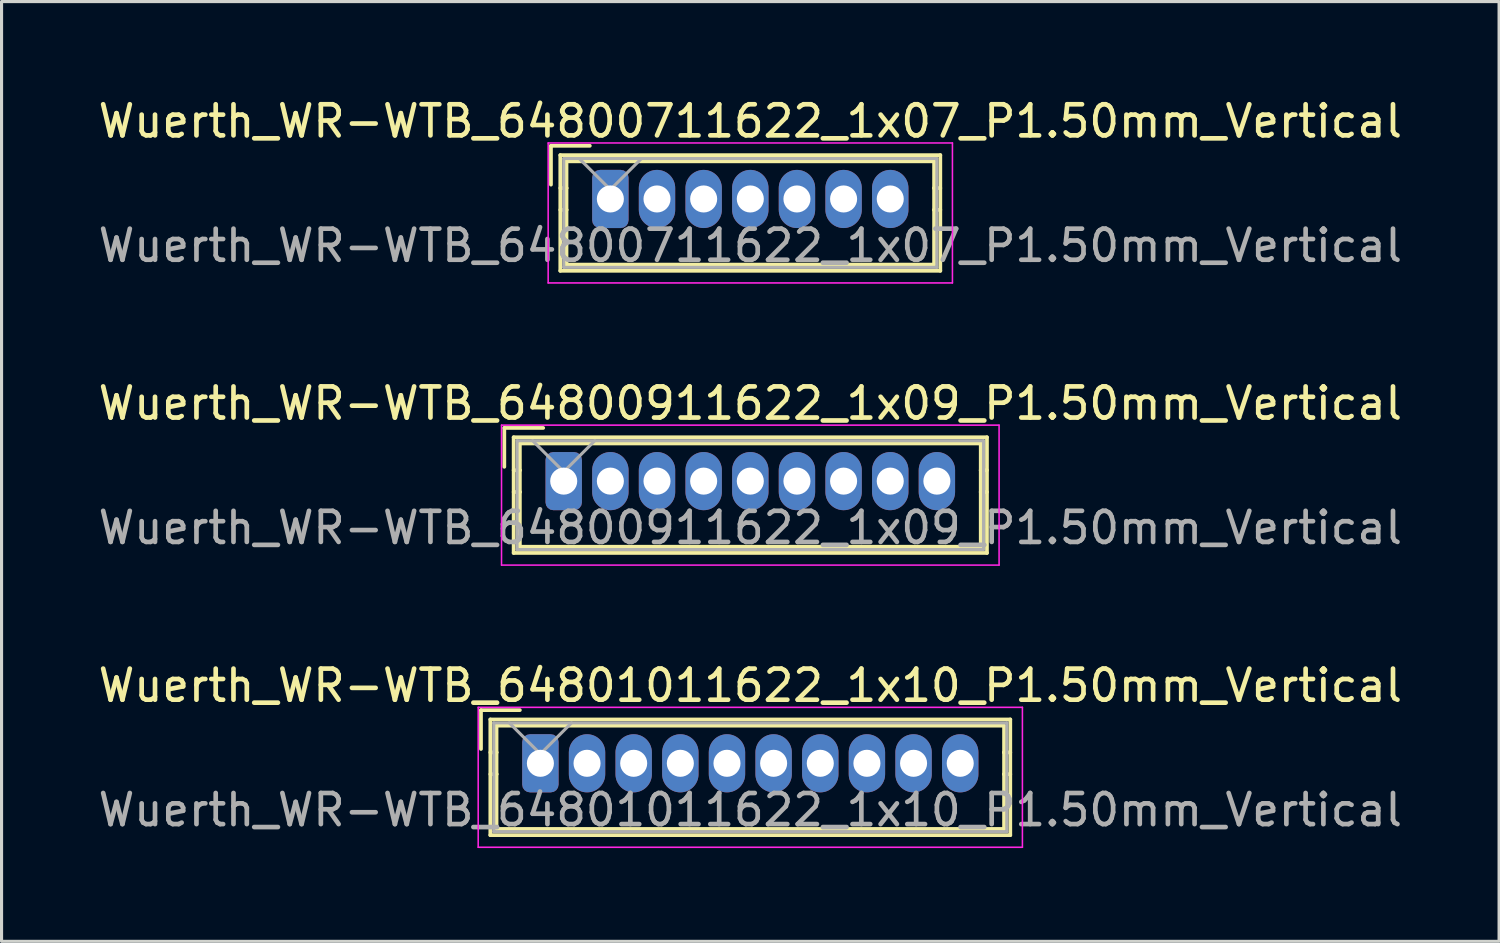
<source format=kicad_pcb>
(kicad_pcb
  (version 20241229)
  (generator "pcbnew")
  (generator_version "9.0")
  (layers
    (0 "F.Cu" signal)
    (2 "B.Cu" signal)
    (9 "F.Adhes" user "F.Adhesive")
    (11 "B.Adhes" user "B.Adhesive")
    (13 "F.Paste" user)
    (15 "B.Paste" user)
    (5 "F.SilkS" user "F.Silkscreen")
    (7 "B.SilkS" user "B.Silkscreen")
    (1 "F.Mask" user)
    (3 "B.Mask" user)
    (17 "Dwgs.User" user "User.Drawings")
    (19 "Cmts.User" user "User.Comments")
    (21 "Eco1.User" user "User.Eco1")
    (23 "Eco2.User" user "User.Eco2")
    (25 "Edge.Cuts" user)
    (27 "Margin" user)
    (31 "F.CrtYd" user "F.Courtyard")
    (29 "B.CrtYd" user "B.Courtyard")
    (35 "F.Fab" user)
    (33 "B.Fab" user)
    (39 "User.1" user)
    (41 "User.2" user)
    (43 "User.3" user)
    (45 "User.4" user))
  (footprint "Wuerth_WR-WTB_64801011622_1x10_P1.50mm_Vertical"
    (layer "F.Cu")
    (at 14.327 21.495)
    (property "Reference" "Wuerth_WR-WTB_64801011622_1x10_P1.50mm_Vertical" (at 6.75 -2.5 0) (layer "F.SilkS") (effects (font (size 1 1) (thickness 0.15))))
    (attr through_hole)
    (fp_line (start -1.91 -1.71) (end -1.91 -0.46) (stroke (width 0.12) (type solid)) (layer "F.SilkS"))
    (fp_line (start -1.61 -1.41) (end -1.61 2.31) (stroke (width 0.12) (type solid)) (layer "F.SilkS"))
    (fp_line (start -1.61 -0.35) (end -1.41 -0.35) (stroke (width 0.12) (type solid)) (layer "F.SilkS"))
    (fp_line (start -1.61 2.31) (end 15.11 2.31) (stroke (width 0.12) (type solid)) (layer "F.SilkS"))
    (fp_line (start -1.41 -1.21) (end 14.91 -1.21) (stroke (width 0.12) (type solid)) (layer "F.SilkS"))
    (fp_line (start -1.41 -0.35) (end -1.41 -1.21) (stroke (width 0.12) (type solid)) (layer "F.SilkS"))
    (fp_line (start -1.41 -0.35) (end -1.41 0.35) (stroke (width 0.12) (type solid)) (layer "F.SilkS"))
    (fp_line (start -1.41 0.35) (end -1.61 0.35) (stroke (width 0.12) (type solid)) (layer "F.SilkS"))
    (fp_line (start -1.41 0.35) (end -1.41 2.11) (stroke (width 0.12) (type solid)) (layer "F.SilkS"))
    (fp_line (start -1.41 2.11) (end 14.91 2.11) (stroke (width 0.12) (type solid)) (layer "F.SilkS"))
    (fp_line (start -0.66 -1.71) (end -1.91 -1.71) (stroke (width 0.12) (type solid)) (layer "F.SilkS"))
    (fp_line (start 14.91 -1.21) (end 14.91 -0.35) (stroke (width 0.12) (type solid)) (layer "F.SilkS"))
    (fp_line (start 14.91 -0.35) (end 14.91 0.35) (stroke (width 0.12) (type solid)) (layer "F.SilkS"))
    (fp_line (start 14.91 -0.35) (end 15.11 -0.35) (stroke (width 0.12) (type solid)) (layer "F.SilkS"))
    (fp_line (start 14.91 0.35) (end 15.11 0.35) (stroke (width 0.12) (type solid)) (layer "F.SilkS"))
    (fp_line (start 14.91 2.11) (end 14.91 0.35) (stroke (width 0.12) (type solid)) (layer "F.SilkS"))
    (fp_line (start 15.11 -1.41) (end -1.61 -1.41) (stroke (width 0.12) (type solid)) (layer "F.SilkS"))
    (fp_line (start 15.11 2.31) (end 15.11 -1.41) (stroke (width 0.12) (type solid)) (layer "F.SilkS"))
    (fp_line (start -2 -1.8) (end -2 2.7) (stroke (width 0.05) (type solid)) (layer "F.CrtYd"))
    (fp_line (start -2 2.7) (end 15.5 2.7) (stroke (width 0.05) (type solid)) (layer "F.CrtYd"))
    (fp_line (start 15.5 -1.8) (end -2 -1.8) (stroke (width 0.05) (type solid)) (layer "F.CrtYd"))
    (fp_line (start 15.5 2.7) (end 15.5 -1.8) (stroke (width 0.05) (type solid)) (layer "F.CrtYd"))
    (fp_line (start -1.5 -1.3) (end -1.5 2.2) (stroke (width 0.1) (type solid)) (layer "F.Fab"))
    (fp_line (start -1.5 2.2) (end 15 2.2) (stroke (width 0.1) (type solid)) (layer "F.Fab"))
    (fp_line (start -1 -1.3) (end 0 -0.3) (stroke (width 0.1) (type solid)) (layer "F.Fab"))
    (fp_line (start 0 -0.3) (end 1 -1.3) (stroke (width 0.1) (type solid)) (layer "F.Fab"))
    (fp_line (start 15 -1.3) (end -1.5 -1.3) (stroke (width 0.1) (type solid)) (layer "F.Fab"))
    (fp_line (start 15 2.2) (end 15 -1.3) (stroke (width 0.1) (type solid)) (layer "F.Fab"))
    (fp_text user "${REFERENCE}" (at 6.75 1.5 0) (layer "F.Fab") (effects (font (size 1 1) (thickness 0.15))))
    (pad "1" thru_hole roundrect (at 0 0) (size 1.17 1.87) (drill 0.87) (layers "*.Cu" "*.Mask") (roundrect_rratio 0.214))
    (pad "2" thru_hole oval (at 1.5 0) (size 1.17 1.87) (drill 0.87) (layers "*.Cu" "*.Mask"))
    (pad "3" thru_hole oval (at 3 0) (size 1.17 1.87) (drill 0.87) (layers "*.Cu" "*.Mask"))
    (pad "4" thru_hole oval (at 4.5 0) (size 1.17 1.87) (drill 0.87) (layers "*.Cu" "*.Mask"))
    (pad "5" thru_hole oval (at 6 0) (size 1.17 1.87) (drill 0.87) (layers "*.Cu" "*.Mask"))
    (pad "6" thru_hole oval (at 7.5 0) (size 1.17 1.87) (drill 0.87) (layers "*.Cu" "*.Mask"))
    (pad "7" thru_hole oval (at 9 0) (size 1.17 1.87) (drill 0.87) (layers "*.Cu" "*.Mask"))
    (pad "8" thru_hole oval (at 10.5 0) (size 1.17 1.87) (drill 0.87) (layers "*.Cu" "*.Mask"))
    (pad "9" thru_hole oval (at 12 0) (size 1.17 1.87) (drill 0.87) (layers "*.Cu" "*.Mask"))
    (pad "10" thru_hole oval (at 13.5 0) (size 1.17 1.87) (drill 0.87) (layers "*.Cu" "*.Mask")))
  (footprint "Wuerth_WR-WTB_64800911622_1x09_P1.50mm_Vertical"
    (layer "F.Cu")
    (at 15.077 12.421)
    (property "Reference" "Wuerth_WR-WTB_64800911622_1x09_P1.50mm_Vertical" (at 6 -2.5 0) (layer "F.SilkS") (effects (font (size 1 1) (thickness 0.15))))
    (attr through_hole)
    (fp_line (start -1.91 -1.71) (end -1.91 -0.46) (stroke (width 0.12) (type solid)) (layer "F.SilkS"))
    (fp_line (start -1.61 -1.41) (end -1.61 2.31) (stroke (width 0.12) (type solid)) (layer "F.SilkS"))
    (fp_line (start -1.61 -0.35) (end -1.41 -0.35) (stroke (width 0.12) (type solid)) (layer "F.SilkS"))
    (fp_line (start -1.61 2.31) (end 13.61 2.31) (stroke (width 0.12) (type solid)) (layer "F.SilkS"))
    (fp_line (start -1.41 -1.21) (end 13.41 -1.21) (stroke (width 0.12) (type solid)) (layer "F.SilkS"))
    (fp_line (start -1.41 -0.35) (end -1.41 -1.21) (stroke (width 0.12) (type solid)) (layer "F.SilkS"))
    (fp_line (start -1.41 -0.35) (end -1.41 0.35) (stroke (width 0.12) (type solid)) (layer "F.SilkS"))
    (fp_line (start -1.41 0.35) (end -1.61 0.35) (stroke (width 0.12) (type solid)) (layer "F.SilkS"))
    (fp_line (start -1.41 0.35) (end -1.41 2.11) (stroke (width 0.12) (type solid)) (layer "F.SilkS"))
    (fp_line (start -1.41 2.11) (end 13.41 2.11) (stroke (width 0.12) (type solid)) (layer "F.SilkS"))
    (fp_line (start -0.66 -1.71) (end -1.91 -1.71) (stroke (width 0.12) (type solid)) (layer "F.SilkS"))
    (fp_line (start 13.41 -1.21) (end 13.41 -0.35) (stroke (width 0.12) (type solid)) (layer "F.SilkS"))
    (fp_line (start 13.41 -0.35) (end 13.41 0.35) (stroke (width 0.12) (type solid)) (layer "F.SilkS"))
    (fp_line (start 13.41 -0.35) (end 13.61 -0.35) (stroke (width 0.12) (type solid)) (layer "F.SilkS"))
    (fp_line (start 13.41 0.35) (end 13.61 0.35) (stroke (width 0.12) (type solid)) (layer "F.SilkS"))
    (fp_line (start 13.41 2.11) (end 13.41 0.35) (stroke (width 0.12) (type solid)) (layer "F.SilkS"))
    (fp_line (start 13.61 -1.41) (end -1.61 -1.41) (stroke (width 0.12) (type solid)) (layer "F.SilkS"))
    (fp_line (start 13.61 2.31) (end 13.61 -1.41) (stroke (width 0.12) (type solid)) (layer "F.SilkS"))
    (fp_line (start -2 -1.8) (end -2 2.7) (stroke (width 0.05) (type solid)) (layer "F.CrtYd"))
    (fp_line (start -2 2.7) (end 14 2.7) (stroke (width 0.05) (type solid)) (layer "F.CrtYd"))
    (fp_line (start 14 -1.8) (end -2 -1.8) (stroke (width 0.05) (type solid)) (layer "F.CrtYd"))
    (fp_line (start 14 2.7) (end 14 -1.8) (stroke (width 0.05) (type solid)) (layer "F.CrtYd"))
    (fp_line (start -1.5 -1.3) (end -1.5 2.2) (stroke (width 0.1) (type solid)) (layer "F.Fab"))
    (fp_line (start -1.5 2.2) (end 13.5 2.2) (stroke (width 0.1) (type solid)) (layer "F.Fab"))
    (fp_line (start -1 -1.3) (end 0 -0.3) (stroke (width 0.1) (type solid)) (layer "F.Fab"))
    (fp_line (start 0 -0.3) (end 1 -1.3) (stroke (width 0.1) (type solid)) (layer "F.Fab"))
    (fp_line (start 13.5 -1.3) (end -1.5 -1.3) (stroke (width 0.1) (type solid)) (layer "F.Fab"))
    (fp_line (start 13.5 2.2) (end 13.5 -1.3) (stroke (width 0.1) (type solid)) (layer "F.Fab"))
    (fp_text user "${REFERENCE}" (at 6 1.5 0) (layer "F.Fab") (effects (font (size 1 1) (thickness 0.15))))
    (pad "1" thru_hole roundrect (at 0 0) (size 1.17 1.87) (drill 0.87) (layers "*.Cu" "*.Mask") (roundrect_rratio 0.214))
    (pad "2" thru_hole oval (at 1.5 0) (size 1.17 1.87) (drill 0.87) (layers "*.Cu" "*.Mask"))
    (pad "3" thru_hole oval (at 3 0) (size 1.17 1.87) (drill 0.87) (layers "*.Cu" "*.Mask"))
    (pad "4" thru_hole oval (at 4.5 0) (size 1.17 1.87) (drill 0.87) (layers "*.Cu" "*.Mask"))
    (pad "5" thru_hole oval (at 6 0) (size 1.17 1.87) (drill 0.87) (layers "*.Cu" "*.Mask"))
    (pad "6" thru_hole oval (at 7.5 0) (size 1.17 1.87) (drill 0.87) (layers "*.Cu" "*.Mask"))
    (pad "7" thru_hole oval (at 9 0) (size 1.17 1.87) (drill 0.87) (layers "*.Cu" "*.Mask"))
    (pad "8" thru_hole oval (at 10.5 0) (size 1.17 1.87) (drill 0.87) (layers "*.Cu" "*.Mask"))
    (pad "9" thru_hole oval (at 12 0) (size 1.17 1.87) (drill 0.87) (layers "*.Cu" "*.Mask")))
  (footprint "Wuerth_WR-WTB_64800711622_1x07_P1.50mm_Vertical"
    (layer "F.Cu")
    (at 16.577 3.348)
    (property "Reference" "Wuerth_WR-WTB_64800711622_1x07_P1.50mm_Vertical" (at 4.5 -2.5 0) (layer "F.SilkS") (effects (font (size 1 1) (thickness 0.15))))
    (attr through_hole)
    (fp_line (start -1.91 -1.71) (end -1.91 -0.46) (stroke (width 0.12) (type solid)) (layer "F.SilkS"))
    (fp_line (start -1.61 -1.41) (end -1.61 2.31) (stroke (width 0.12) (type solid)) (layer "F.SilkS"))
    (fp_line (start -1.61 -0.35) (end -1.41 -0.35) (stroke (width 0.12) (type solid)) (layer "F.SilkS"))
    (fp_line (start -1.61 2.31) (end 10.61 2.31) (stroke (width 0.12) (type solid)) (layer "F.SilkS"))
    (fp_line (start -1.41 -1.21) (end 10.41 -1.21) (stroke (width 0.12) (type solid)) (layer "F.SilkS"))
    (fp_line (start -1.41 -0.35) (end -1.41 -1.21) (stroke (width 0.12) (type solid)) (layer "F.SilkS"))
    (fp_line (start -1.41 -0.35) (end -1.41 0.35) (stroke (width 0.12) (type solid)) (layer "F.SilkS"))
    (fp_line (start -1.41 0.35) (end -1.61 0.35) (stroke (width 0.12) (type solid)) (layer "F.SilkS"))
    (fp_line (start -1.41 0.35) (end -1.41 2.11) (stroke (width 0.12) (type solid)) (layer "F.SilkS"))
    (fp_line (start -1.41 2.11) (end 10.41 2.11) (stroke (width 0.12) (type solid)) (layer "F.SilkS"))
    (fp_line (start -0.66 -1.71) (end -1.91 -1.71) (stroke (width 0.12) (type solid)) (layer "F.SilkS"))
    (fp_line (start 10.41 -1.21) (end 10.41 -0.35) (stroke (width 0.12) (type solid)) (layer "F.SilkS"))
    (fp_line (start 10.41 -0.35) (end 10.41 0.35) (stroke (width 0.12) (type solid)) (layer "F.SilkS"))
    (fp_line (start 10.41 -0.35) (end 10.61 -0.35) (stroke (width 0.12) (type solid)) (layer "F.SilkS"))
    (fp_line (start 10.41 0.35) (end 10.61 0.35) (stroke (width 0.12) (type solid)) (layer "F.SilkS"))
    (fp_line (start 10.41 2.11) (end 10.41 0.35) (stroke (width 0.12) (type solid)) (layer "F.SilkS"))
    (fp_line (start 10.61 -1.41) (end -1.61 -1.41) (stroke (width 0.12) (type solid)) (layer "F.SilkS"))
    (fp_line (start 10.61 2.31) (end 10.61 -1.41) (stroke (width 0.12) (type solid)) (layer "F.SilkS"))
    (fp_line (start -2 -1.8) (end -2 2.7) (stroke (width 0.05) (type solid)) (layer "F.CrtYd"))
    (fp_line (start -2 2.7) (end 11 2.7) (stroke (width 0.05) (type solid)) (layer "F.CrtYd"))
    (fp_line (start 11 -1.8) (end -2 -1.8) (stroke (width 0.05) (type solid)) (layer "F.CrtYd"))
    (fp_line (start 11 2.7) (end 11 -1.8) (stroke (width 0.05) (type solid)) (layer "F.CrtYd"))
    (fp_line (start -1.5 -1.3) (end -1.5 2.2) (stroke (width 0.1) (type solid)) (layer "F.Fab"))
    (fp_line (start -1.5 2.2) (end 10.5 2.2) (stroke (width 0.1) (type solid)) (layer "F.Fab"))
    (fp_line (start -1 -1.3) (end 0 -0.3) (stroke (width 0.1) (type solid)) (layer "F.Fab"))
    (fp_line (start 0 -0.3) (end 1 -1.3) (stroke (width 0.1) (type solid)) (layer "F.Fab"))
    (fp_line (start 10.5 -1.3) (end -1.5 -1.3) (stroke (width 0.1) (type solid)) (layer "F.Fab"))
    (fp_line (start 10.5 2.2) (end 10.5 -1.3) (stroke (width 0.1) (type solid)) (layer "F.Fab"))
    (fp_text user "${REFERENCE}" (at 4.5 1.5 0) (layer "F.Fab") (effects (font (size 1 1) (thickness 0.15))))
    (pad "1" thru_hole roundrect (at 0 0) (size 1.17 1.87) (drill 0.87) (layers "*.Cu" "*.Mask") (roundrect_rratio 0.214))
    (pad "2" thru_hole oval (at 1.5 0) (size 1.17 1.87) (drill 0.87) (layers "*.Cu" "*.Mask"))
    (pad "3" thru_hole oval (at 3 0) (size 1.17 1.87) (drill 0.87) (layers "*.Cu" "*.Mask"))
    (pad "4" thru_hole oval (at 4.5 0) (size 1.17 1.87) (drill 0.87) (layers "*.Cu" "*.Mask"))
    (pad "5" thru_hole oval (at 6 0) (size 1.17 1.87) (drill 0.87) (layers "*.Cu" "*.Mask"))
    (pad "6" thru_hole oval (at 7.5 0) (size 1.17 1.87) (drill 0.87) (layers "*.Cu" "*.Mask"))
    (pad "7" thru_hole oval (at 9 0) (size 1.17 1.87) (drill 0.87) (layers "*.Cu" "*.Mask")))
  (gr_rect
    (start -3 -3)
    (end 45.155 27.22)
    (stroke (width 0.1) (type default))
    (fill no)
    (layer "Edge.Cuts")))
</source>
